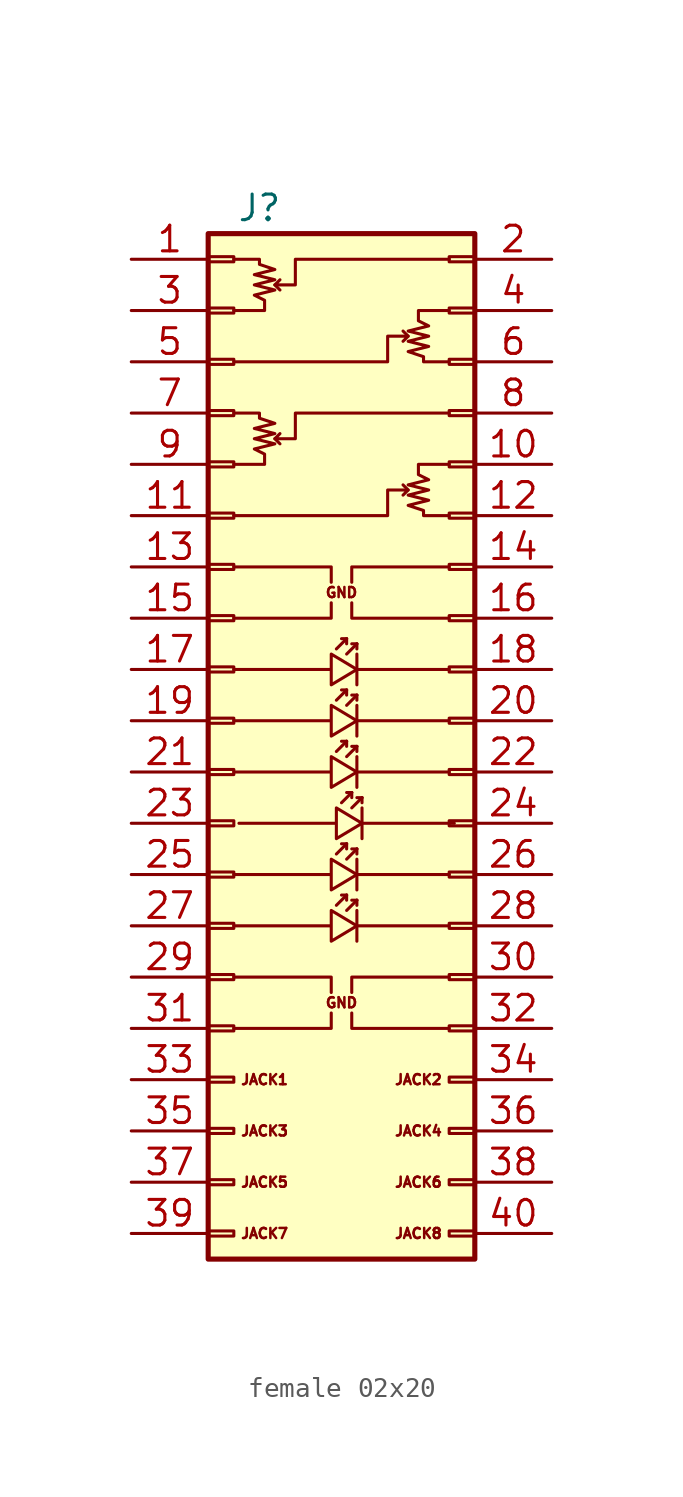
<source format=kicad_sym>
(kicad_symbol_lib
  (version 20220914)
  (generator kicad_symbol_editor)
  (symbol "female 02x20"
    (pin_names
      (offset 1.016) hide)
    (property "Reference" "J"
      (at 1.27 25.4 0)
      (effects (font (size 1.27 1.27))))
    (symbol "female 02x20_0_1"
      (polyline (pts (xy 2.032 13.97) (xy 2.286 13.716)) (stroke (width 0) (type default)) (fill (type none)))
      (polyline (pts (xy 2.032 21.59) (xy 2.286 21.336)) (stroke (width 0) (type default)) (fill (type none)))
      (polyline (pts (xy 5.08 -9.144) (xy 5.588 -8.636)) (stroke (width 0) (type default)) (fill (type none)))
      (polyline (pts (xy 5.08 -6.604) (xy 5.588 -6.096)) (stroke (width 0) (type default)) (fill (type none)))
      (polyline (pts (xy 5.08 -1.524) (xy 5.588 -1.016)) (stroke (width 0) (type default)) (fill (type none)))
      (polyline (pts (xy 5.08 1.016) (xy 5.588 1.524)) (stroke (width 0) (type default)) (fill (type none)))
      (polyline (pts (xy 5.08 3.556) (xy 5.588 4.064)) (stroke (width 0) (type default)) (fill (type none)))
      (polyline (pts (xy 5.334 -4.064) (xy 5.842 -3.556)) (stroke (width 0) (type default)) (fill (type none)))
      (polyline (pts (xy 5.588 -9.398) (xy 6.096 -8.89)) (stroke (width 0) (type default)) (fill (type none)))
      (polyline (pts (xy 5.588 -8.636) (xy 5.334 -8.636)) (stroke (width 0) (type default)) (fill (type none)))
      (polyline (pts (xy 5.588 -8.636) (xy 5.588 -8.89)) (stroke (width 0) (type default)) (fill (type none)))
      (polyline (pts (xy 5.588 -6.858) (xy 6.096 -6.35)) (stroke (width 0) (type default)) (fill (type none)))
      (polyline (pts (xy 5.588 -6.096) (xy 5.334 -6.096)) (stroke (width 0) (type default)) (fill (type none)))
      (polyline (pts (xy 5.588 -6.096) (xy 5.588 -6.35)) (stroke (width 0) (type default)) (fill (type none)))
      (polyline (pts (xy 5.588 -1.778) (xy 6.096 -1.27)) (stroke (width 0) (type default)) (fill (type none)))
      (polyline (pts (xy 5.588 -1.016) (xy 5.334 -1.016)) (stroke (width 0) (type default)) (fill (type none)))
      (polyline (pts (xy 5.588 -1.016) (xy 5.588 -1.27)) (stroke (width 0) (type default)) (fill (type none)))
      (polyline (pts (xy 5.588 0.762) (xy 6.096 1.27)) (stroke (width 0) (type default)) (fill (type none)))
      (polyline (pts (xy 5.588 1.524) (xy 5.334 1.524)) (stroke (width 0) (type default)) (fill (type none)))
      (polyline (pts (xy 5.588 1.524) (xy 5.588 1.27)) (stroke (width 0) (type default)) (fill (type none)))
      (polyline (pts (xy 5.588 3.302) (xy 6.096 3.81)) (stroke (width 0) (type default)) (fill (type none)))
      (polyline (pts (xy 5.588 4.064) (xy 5.334 4.064)) (stroke (width 0) (type default)) (fill (type none)))
      (polyline (pts (xy 5.588 4.064) (xy 5.588 3.81)) (stroke (width 0) (type default)) (fill (type none)))
      (polyline (pts (xy 5.842 -4.318) (xy 6.35 -3.81)) (stroke (width 0) (type default)) (fill (type none)))
      (polyline (pts (xy 5.842 -3.556) (xy 5.588 -3.556)) (stroke (width 0) (type default)) (fill (type none)))
      (polyline (pts (xy 5.842 -3.556) (xy 5.842 -3.81)) (stroke (width 0) (type default)) (fill (type none)))
      (polyline (pts (xy 6.096 -8.89) (xy 5.842 -8.89)) (stroke (width 0) (type default)) (fill (type none)))
      (polyline (pts (xy 6.096 -8.89) (xy 6.096 -9.144)) (stroke (width 0) (type default)) (fill (type none)))
      (polyline (pts (xy 6.096 -6.35) (xy 5.842 -6.35)) (stroke (width 0) (type default)) (fill (type none)))
      (polyline (pts (xy 6.096 -6.35) (xy 6.096 -6.604)) (stroke (width 0) (type default)) (fill (type none)))
      (polyline (pts (xy 6.096 -1.27) (xy 5.842 -1.27)) (stroke (width 0) (type default)) (fill (type none)))
      (polyline (pts (xy 6.096 -1.27) (xy 6.096 -1.524)) (stroke (width 0) (type default)) (fill (type none)))
      (polyline (pts (xy 6.096 1.27) (xy 5.842 1.27)) (stroke (width 0) (type default)) (fill (type none)))
      (polyline (pts (xy 6.096 1.27) (xy 6.096 1.016)) (stroke (width 0) (type default)) (fill (type none)))
      (polyline (pts (xy 6.096 3.81) (xy 5.842 3.81)) (stroke (width 0) (type default)) (fill (type none)))
      (polyline (pts (xy 6.096 3.81) (xy 6.096 3.556)) (stroke (width 0) (type default)) (fill (type none)))
      (polyline (pts (xy 6.35 -3.81) (xy 6.096 -3.81)) (stroke (width 0) (type default)) (fill (type none)))
      (polyline (pts (xy 6.35 -3.81) (xy 6.35 -4.064)) (stroke (width 0) (type default)) (fill (type none)))
      (polyline (pts (xy 8.636 11.43) (xy 8.382 11.684)) (stroke (width 0) (type default)) (fill (type none)))
      (polyline (pts (xy 8.636 19.05) (xy 8.382 19.304)) (stroke (width 0) (type default)) (fill (type none)))
      (polyline (pts (xy 4.826 -14.478) (xy 4.826 -15.24) (xy 0 -15.24)) (stroke (width 0) (type default)) (fill (type none)))
      (polyline (pts (xy 4.826 -13.462) (xy 4.826 -12.7) (xy 0 -12.7)) (stroke (width 0) (type default)) (fill (type none)))
      (polyline (pts (xy 4.826 5.842) (xy 4.826 5.08) (xy 0 5.08)) (stroke (width 0) (type default)) (fill (type none)))
      (polyline (pts (xy 4.826 6.858) (xy 4.826 7.62) (xy 0 7.62)) (stroke (width 0) (type default)) (fill (type none)))
      (polyline (pts (xy 5.842 -14.478) (xy 5.842 -15.24) (xy 10.668 -15.24)) (stroke (width 0) (type default)) (fill (type none)))
      (polyline (pts (xy 5.842 -13.462) (xy 5.842 -12.7) (xy 10.668 -12.7)) (stroke (width 0) (type default)) (fill (type none)))
      (polyline (pts (xy 5.842 5.842) (xy 5.842 5.08) (xy 10.668 5.08)) (stroke (width 0) (type default)) (fill (type none)))
      (polyline (pts (xy 5.842 6.858) (xy 5.842 7.62) (xy 10.668 7.62)) (stroke (width 0) (type default)) (fill (type none)))
      (polyline (pts (xy 10.668 -10.16) (xy 6.096 -10.16) (xy 6.096 -9.398) (xy 6.096 -10.922)) (stroke (width 0) (type default)) (fill (type none)))
      (polyline (pts (xy 10.668 -7.62) (xy 6.096 -7.62) (xy 6.096 -6.858) (xy 6.096 -8.382)) (stroke (width 0) (type default)) (fill (type none)))
      (polyline (pts (xy 10.668 -2.54) (xy 6.096 -2.54) (xy 6.096 -1.778) (xy 6.096 -3.302)) (stroke (width 0) (type default)) (fill (type none)))
      (polyline (pts (xy 10.668 0) (xy 6.096 0) (xy 6.096 0.762) (xy 6.096 -0.762)) (stroke (width 0) (type default)) (fill (type none)))
      (polyline (pts (xy 10.668 2.54) (xy 6.096 2.54) (xy 6.096 3.302) (xy 6.096 1.778)) (stroke (width 0) (type default)) (fill (type none)))
      (polyline (pts (xy 10.922 -5.08) (xy 6.35 -5.08) (xy 6.35 -4.318) (xy 6.35 -5.842)) (stroke (width 0) (type default)) (fill (type none)))
      (polyline (pts (xy 0 10.16) (xy 7.62 10.16) (xy 7.62 11.43) (xy 8.636 11.43) (xy 8.382 11.176)) (stroke (width 0) (type default)) (fill (type none)))
      (polyline (pts (xy 0 17.78) (xy 7.62 17.78) (xy 7.62 19.05) (xy 8.636 19.05) (xy 8.382 18.796)) (stroke (width 0) (type default)) (fill (type none)))
      (polyline (pts (xy 10.668 15.24) (xy 3.048 15.24) (xy 3.048 13.97) (xy 2.032 13.97) (xy 2.286 14.224)) (stroke (width 0) (type default)) (fill (type none)))
      (polyline (pts (xy 10.668 22.86) (xy 3.048 22.86) (xy 3.048 21.59) (xy 2.032 21.59) (xy 2.286 21.844)) (stroke (width 0) (type default)) (fill (type none)))
      (polyline (pts (xy 0 -10.16) (xy 4.826 -10.16) (xy 4.826 -9.398) (xy 6.096 -10.16) (xy 4.826 -10.922) (xy 4.826 -10.16)) (stroke (width 0) (type default)) (fill (type none)))
      (polyline (pts (xy 0 -7.62) (xy 4.826 -7.62) (xy 4.826 -6.858) (xy 6.096 -7.62) (xy 4.826 -8.382) (xy 4.826 -7.62)) (stroke (width 0) (type default)) (fill (type none)))
      (polyline (pts (xy 0 -2.54) (xy 4.826 -2.54) (xy 4.826 -1.778) (xy 6.096 -2.54) (xy 4.826 -3.302) (xy 4.826 -2.54)) (stroke (width 0) (type default)) (fill (type none)))
      (polyline (pts (xy 0 0) (xy 4.826 0) (xy 4.826 0.762) (xy 6.096 0) (xy 4.826 -0.762) (xy 4.826 0)) (stroke (width 0) (type default)) (fill (type none)))
      (polyline (pts (xy 0 2.54) (xy 4.826 2.54) (xy 4.826 3.302) (xy 6.096 2.54) (xy 4.826 1.778) (xy 4.826 2.54)) (stroke (width 0) (type default)) (fill (type none)))
      (polyline (pts (xy 0.254 -5.08) (xy 5.08 -5.08) (xy 5.08 -4.318) (xy 6.35 -5.08) (xy 5.08 -5.842) (xy 5.08 -5.08)) (stroke (width 0) (type default)) (fill (type none)))
      (polyline (pts (xy 0 12.7) (xy 1.524 12.7) (xy 1.524 13.208) (xy 1.016 13.462) (xy 2.032 13.716) (xy 1.016 13.97) (xy 2.032 14.224) (xy 1.016 14.478) (xy 2.032 14.732) (xy 1.27 14.986) (xy 1.27 15.24) (xy 0 15.24)) (stroke (width 0) (type default)) (fill (type none)))
      (polyline (pts (xy 0 20.32) (xy 1.524 20.32) (xy 1.524 20.828) (xy 1.016 21.082) (xy 2.032 21.336) (xy 1.016 21.59) (xy 2.032 21.844) (xy 1.016 22.098) (xy 2.032 22.352) (xy 1.27 22.606) (xy 1.27 22.86) (xy 0 22.86)) (stroke (width 0) (type default)) (fill (type none)))
      (polyline (pts (xy 10.668 12.7) (xy 9.144 12.7) (xy 9.144 12.192) (xy 9.652 11.938) (xy 8.636 11.684) (xy 9.652 11.43) (xy 8.636 11.176) (xy 9.652 10.922) (xy 8.636 10.668) (xy 9.398 10.414) (xy 9.398 10.16) (xy 10.668 10.16)) (stroke (width 0) (type default)) (fill (type none)))
      (polyline (pts (xy 10.668 20.32) (xy 9.144 20.32) (xy 9.144 19.812) (xy 9.652 19.558) (xy 8.636 19.304) (xy 9.652 19.05) (xy 8.636 18.796) (xy 9.652 18.542) (xy 8.636 18.288) (xy 9.398 18.034) (xy 9.398 17.78) (xy 10.668 17.78)) (stroke (width 0) (type default)) (fill (type none)))
      (text "GND" (at 5.334 -13.97 0) (effects (font (size 0.5 0.5))))
      (text "GND" (at 5.334 6.35 0) (effects (font (size 0.5 0.5))))
      (text "JACK1" (at 1.524 -17.78 0) (effects (font (size 0.5 0.5))))
      (text "JACK2" (at 9.144 -17.78 0) (effects (font (size 0.5 0.5))))
      (text "JACK3" (at 1.524 -20.32 0) (effects (font (size 0.5 0.5))))
      (text "JACK4" (at 9.144 -20.32 0) (effects (font (size 0.5 0.5))))
      (text "JACK5" (at 1.524 -22.86 0) (effects (font (size 0.5 0.5))))
      (text "JACK6" (at 9.144 -22.86 0) (effects (font (size 0.5 0.5))))
      (text "JACK7" (at 1.524 -25.4 0) (effects (font (size 0.5 0.5))))
      (text "JACK8" (at 9.144 -25.4 0) (effects (font (size 0.5 0.5)))))
    (symbol "female 02x20_1_1"
      (rectangle (start -1.27 -25.273) (end 0 -25.527) (stroke (width 0.152) (type default)) (fill (type none)))
      (rectangle (start -1.27 -22.733) (end 0 -22.987) (stroke (width 0.152) (type default)) (fill (type none)))
      (rectangle (start -1.27 -20.193) (end 0 -20.447) (stroke (width 0.152) (type default)) (fill (type none)))
      (rectangle (start -1.27 -17.653) (end 0 -17.907) (stroke (width 0.152) (type default)) (fill (type none)))
      (rectangle (start -1.27 -15.113) (end 0 -15.367) (stroke (width 0.152) (type default)) (fill (type none)))
      (rectangle (start -1.27 -12.573) (end 0 -12.827) (stroke (width 0.152) (type default)) (fill (type none)))
      (rectangle (start -1.27 -10.033) (end 0 -10.287) (stroke (width 0.152) (type default)) (fill (type none)))
      (rectangle (start -1.27 -7.493) (end 0 -7.747) (stroke (width 0.152) (type default)) (fill (type none)))
      (rectangle (start -1.27 -4.953) (end 0 -5.207) (stroke (width 0.152) (type default)) (fill (type none)))
      (rectangle (start -1.27 -2.413) (end 0 -2.667) (stroke (width 0.152) (type default)) (fill (type none)))
      (rectangle (start -1.27 0.127) (end 0 -0.127) (stroke (width 0.152) (type default)) (fill (type none)))
      (rectangle (start -1.27 2.667) (end 0 2.413) (stroke (width 0.152) (type default)) (fill (type none)))
      (rectangle (start -1.27 5.207) (end 0 4.953) (stroke (width 0.152) (type default)) (fill (type none)))
      (rectangle (start -1.27 7.747) (end 0 7.493) (stroke (width 0.152) (type default)) (fill (type none)))
      (rectangle (start -1.27 10.287) (end 0 10.033) (stroke (width 0.152) (type default)) (fill (type none)))
      (rectangle (start -1.27 12.827) (end 0 12.573) (stroke (width 0.152) (type default)) (fill (type none)))
      (rectangle (start -1.27 15.367) (end 0 15.113) (stroke (width 0.152) (type default)) (fill (type none)))
      (rectangle (start -1.27 17.907) (end 0 17.653) (stroke (width 0.152) (type default)) (fill (type none)))
      (rectangle (start -1.27 20.447) (end 0 20.193) (stroke (width 0.152) (type default)) (fill (type none)))
      (rectangle (start -1.27 22.987) (end 0 22.733) (stroke (width 0.152) (type default)) (fill (type none)))
      (rectangle (start -1.27 24.13) (end 11.938 -26.67) (stroke (width 0.254) (type default)) (fill (type background)))
      (rectangle (start 11.938 -25.273) (end 10.668 -25.527) (stroke (width 0.152) (type default)) (fill (type none)))
      (rectangle (start 11.938 -22.733) (end 10.668 -22.987) (stroke (width 0.152) (type default)) (fill (type none)))
      (rectangle (start 11.938 -20.193) (end 10.668 -20.447) (stroke (width 0.152) (type default)) (fill (type none)))
      (rectangle (start 11.938 -17.653) (end 10.668 -17.907) (stroke (width 0.152) (type default)) (fill (type none)))
      (rectangle (start 11.938 -15.113) (end 10.668 -15.367) (stroke (width 0.152) (type default)) (fill (type none)))
      (rectangle (start 11.938 -12.573) (end 10.668 -12.827) (stroke (width 0.152) (type default)) (fill (type none)))
      (rectangle (start 11.938 -10.033) (end 10.668 -10.287) (stroke (width 0.152) (type default)) (fill (type none)))
      (rectangle (start 11.938 -7.493) (end 10.668 -7.747) (stroke (width 0.152) (type default)) (fill (type none)))
      (rectangle (start 11.938 -4.953) (end 10.668 -5.207) (stroke (width 0.152) (type default)) (fill (type none)))
      (rectangle (start 11.938 -2.413) (end 10.668 -2.667) (stroke (width 0.152) (type default)) (fill (type none)))
      (rectangle (start 11.938 0.127) (end 10.668 -0.127) (stroke (width 0.152) (type default)) (fill (type none)))
      (rectangle (start 11.938 2.667) (end 10.668 2.413) (stroke (width 0.152) (type default)) (fill (type none)))
      (rectangle (start 11.938 5.207) (end 10.668 4.953) (stroke (width 0.152) (type default)) (fill (type none)))
      (rectangle (start 11.938 7.747) (end 10.668 7.493) (stroke (width 0.152) (type default)) (fill (type none)))
      (rectangle (start 11.938 10.287) (end 10.668 10.033) (stroke (width 0.152) (type default)) (fill (type none)))
      (rectangle (start 11.938 12.827) (end 10.668 12.573) (stroke (width 0.152) (type default)) (fill (type none)))
      (rectangle (start 11.938 15.367) (end 10.668 15.113) (stroke (width 0.152) (type default)) (fill (type none)))
      (rectangle (start 11.938 17.907) (end 10.668 17.653) (stroke (width 0.152) (type default)) (fill (type none)))
      (rectangle (start 11.938 20.447) (end 10.668 20.193) (stroke (width 0.152) (type default)) (fill (type none)))
      (rectangle (start 11.938 22.987) (end 10.668 22.733) (stroke (width 0.152) (type default)) (fill (type none)))
      (pin passive line (at -5.08 22.86 0) (length 3.81) (name "Pin_1" (effects (font (size 1.27 1.27)))) (number "1" (effects (font (size 1.27 1.27)))))
      (pin passive line (at 15.748 12.7 180) (length 3.81) (name "Pin_10" (effects (font (size 1.27 1.27)))) (number "10" (effects (font (size 1.27 1.27)))))
      (pin passive line (at -5.08 10.16 0) (length 3.81) (name "Pin_11" (effects (font (size 1.27 1.27)))) (number "11" (effects (font (size 1.27 1.27)))))
      (pin passive line (at 15.748 10.16 180) (length 3.81) (name "Pin_12" (effects (font (size 1.27 1.27)))) (number "12" (effects (font (size 1.27 1.27)))))
      (pin passive line (at -5.08 7.62 0) (length 3.81) (name "Pin_13" (effects (font (size 1.27 1.27)))) (number "13" (effects (font (size 1.27 1.27)))))
      (pin passive line (at 15.748 7.62 180) (length 3.81) (name "Pin_14" (effects (font (size 1.27 1.27)))) (number "14" (effects (font (size 1.27 1.27)))))
      (pin passive line (at -5.08 5.08 0) (length 3.81) (name "Pin_15" (effects (font (size 1.27 1.27)))) (number "15" (effects (font (size 1.27 1.27)))))
      (pin passive line (at 15.748 5.08 180) (length 3.81) (name "Pin_16" (effects (font (size 1.27 1.27)))) (number "16" (effects (font (size 1.27 1.27)))))
      (pin passive line (at -5.08 2.54 0) (length 3.81) (name "Pin_17" (effects (font (size 1.27 1.27)))) (number "17" (effects (font (size 1.27 1.27)))))
      (pin passive line (at 15.748 2.54 180) (length 3.81) (name "Pin_18" (effects (font (size 1.27 1.27)))) (number "18" (effects (font (size 1.27 1.27)))))
      (pin passive line (at -5.08 0 0) (length 3.81) (name "Pin_19" (effects (font (size 1.27 1.27)))) (number "19" (effects (font (size 1.27 1.27)))))
      (pin passive line (at 15.748 22.86 180) (length 3.81) (name "Pin_2" (effects (font (size 1.27 1.27)))) (number "2" (effects (font (size 1.27 1.27)))))
      (pin passive line (at 15.748 0 180) (length 3.81) (name "Pin_20" (effects (font (size 1.27 1.27)))) (number "20" (effects (font (size 1.27 1.27)))))
      (pin passive line (at -5.08 -2.54 0) (length 3.81) (name "Pin_21" (effects (font (size 1.27 1.27)))) (number "21" (effects (font (size 1.27 1.27)))))
      (pin passive line (at 15.748 -2.54 180) (length 3.81) (name "Pin_22" (effects (font (size 1.27 1.27)))) (number "22" (effects (font (size 1.27 1.27)))))
      (pin passive line (at -5.08 -5.08 0) (length 3.81) (name "Pin_23" (effects (font (size 1.27 1.27)))) (number "23" (effects (font (size 1.27 1.27)))))
      (pin passive line (at 15.748 -5.08 180) (length 3.81) (name "Pin_24" (effects (font (size 1.27 1.27)))) (number "24" (effects (font (size 1.27 1.27)))))
      (pin passive line (at -5.08 -7.62 0) (length 3.81) (name "Pin_25" (effects (font (size 1.27 1.27)))) (number "25" (effects (font (size 1.27 1.27)))))
      (pin passive line (at 15.748 -7.62 180) (length 3.81) (name "Pin_26" (effects (font (size 1.27 1.27)))) (number "26" (effects (font (size 1.27 1.27)))))
      (pin passive line (at -5.08 -10.16 0) (length 3.81) (name "Pin_27" (effects (font (size 1.27 1.27)))) (number "27" (effects (font (size 1.27 1.27)))))
      (pin passive line (at 15.748 -10.16 180) (length 3.81) (name "Pin_28" (effects (font (size 1.27 1.27)))) (number "28" (effects (font (size 1.27 1.27)))))
      (pin passive line (at -5.08 -12.7 0) (length 3.81) (name "Pin_29" (effects (font (size 1.27 1.27)))) (number "29" (effects (font (size 1.27 1.27)))))
      (pin passive line (at -5.08 20.32 0) (length 3.81) (name "Pin_3" (effects (font (size 1.27 1.27)))) (number "3" (effects (font (size 1.27 1.27)))))
      (pin passive line (at 15.748 -12.7 180) (length 3.81) (name "Pin_30" (effects (font (size 1.27 1.27)))) (number "30" (effects (font (size 1.27 1.27)))))
      (pin passive line (at -5.08 -15.24 0) (length 3.81) (name "Pin_31" (effects (font (size 1.27 1.27)))) (number "31" (effects (font (size 1.27 1.27)))))
      (pin passive line (at 15.748 -15.24 180) (length 3.81) (name "Pin_32" (effects (font (size 1.27 1.27)))) (number "32" (effects (font (size 1.27 1.27)))))
      (pin passive line (at -5.08 -17.78 0) (length 3.81) (name "Pin_33" (effects (font (size 1.27 1.27)))) (number "33" (effects (font (size 1.27 1.27)))))
      (pin passive line (at 15.748 -17.78 180) (length 3.81) (name "Pin_34" (effects (font (size 1.27 1.27)))) (number "34" (effects (font (size 1.27 1.27)))))
      (pin passive line (at -5.08 -20.32 0) (length 3.81) (name "Pin_35" (effects (font (size 1.27 1.27)))) (number "35" (effects (font (size 1.27 1.27)))))
      (pin passive line (at 15.748 -20.32 180) (length 3.81) (name "Pin_36" (effects (font (size 1.27 1.27)))) (number "36" (effects (font (size 1.27 1.27)))))
      (pin passive line (at -5.08 -22.86 0) (length 3.81) (name "Pin_37" (effects (font (size 1.27 1.27)))) (number "37" (effects (font (size 1.27 1.27)))))
      (pin passive line (at 15.748 -22.86 180) (length 3.81) (name "Pin_38" (effects (font (size 1.27 1.27)))) (number "38" (effects (font (size 1.27 1.27)))))
      (pin passive line (at -5.08 -25.4 0) (length 3.81) (name "Pin_39" (effects (font (size 1.27 1.27)))) (number "39" (effects (font (size 1.27 1.27)))))
      (pin passive line (at 15.748 20.32 180) (length 3.81) (name "Pin_4" (effects (font (size 1.27 1.27)))) (number "4" (effects (font (size 1.27 1.27)))))
      (pin passive line (at 15.748 -25.4 180) (length 3.81) (name "Pin_40" (effects (font (size 1.27 1.27)))) (number "40" (effects (font (size 1.27 1.27)))))
      (pin passive line (at -5.08 17.78 0) (length 3.81) (name "Pin_5" (effects (font (size 1.27 1.27)))) (number "5" (effects (font (size 1.27 1.27)))))
      (pin passive line (at 15.748 17.78 180) (length 3.81) (name "Pin_6" (effects (font (size 1.27 1.27)))) (number "6" (effects (font (size 1.27 1.27)))))
      (pin passive line (at -5.08 15.24 0) (length 3.81) (name "Pin_7" (effects (font (size 1.27 1.27)))) (number "7" (effects (font (size 1.27 1.27)))))
      (pin passive line (at 15.748 15.24 180) (length 3.81) (name "Pin_8" (effects (font (size 1.27 1.27)))) (number "8" (effects (font (size 1.27 1.27)))))
      (pin passive line (at -5.08 12.7 0) (length 3.81) (name "Pin_9" (effects (font (size 1.27 1.27)))) (number "9" (effects (font (size 1.27 1.27))))))))
</source>
